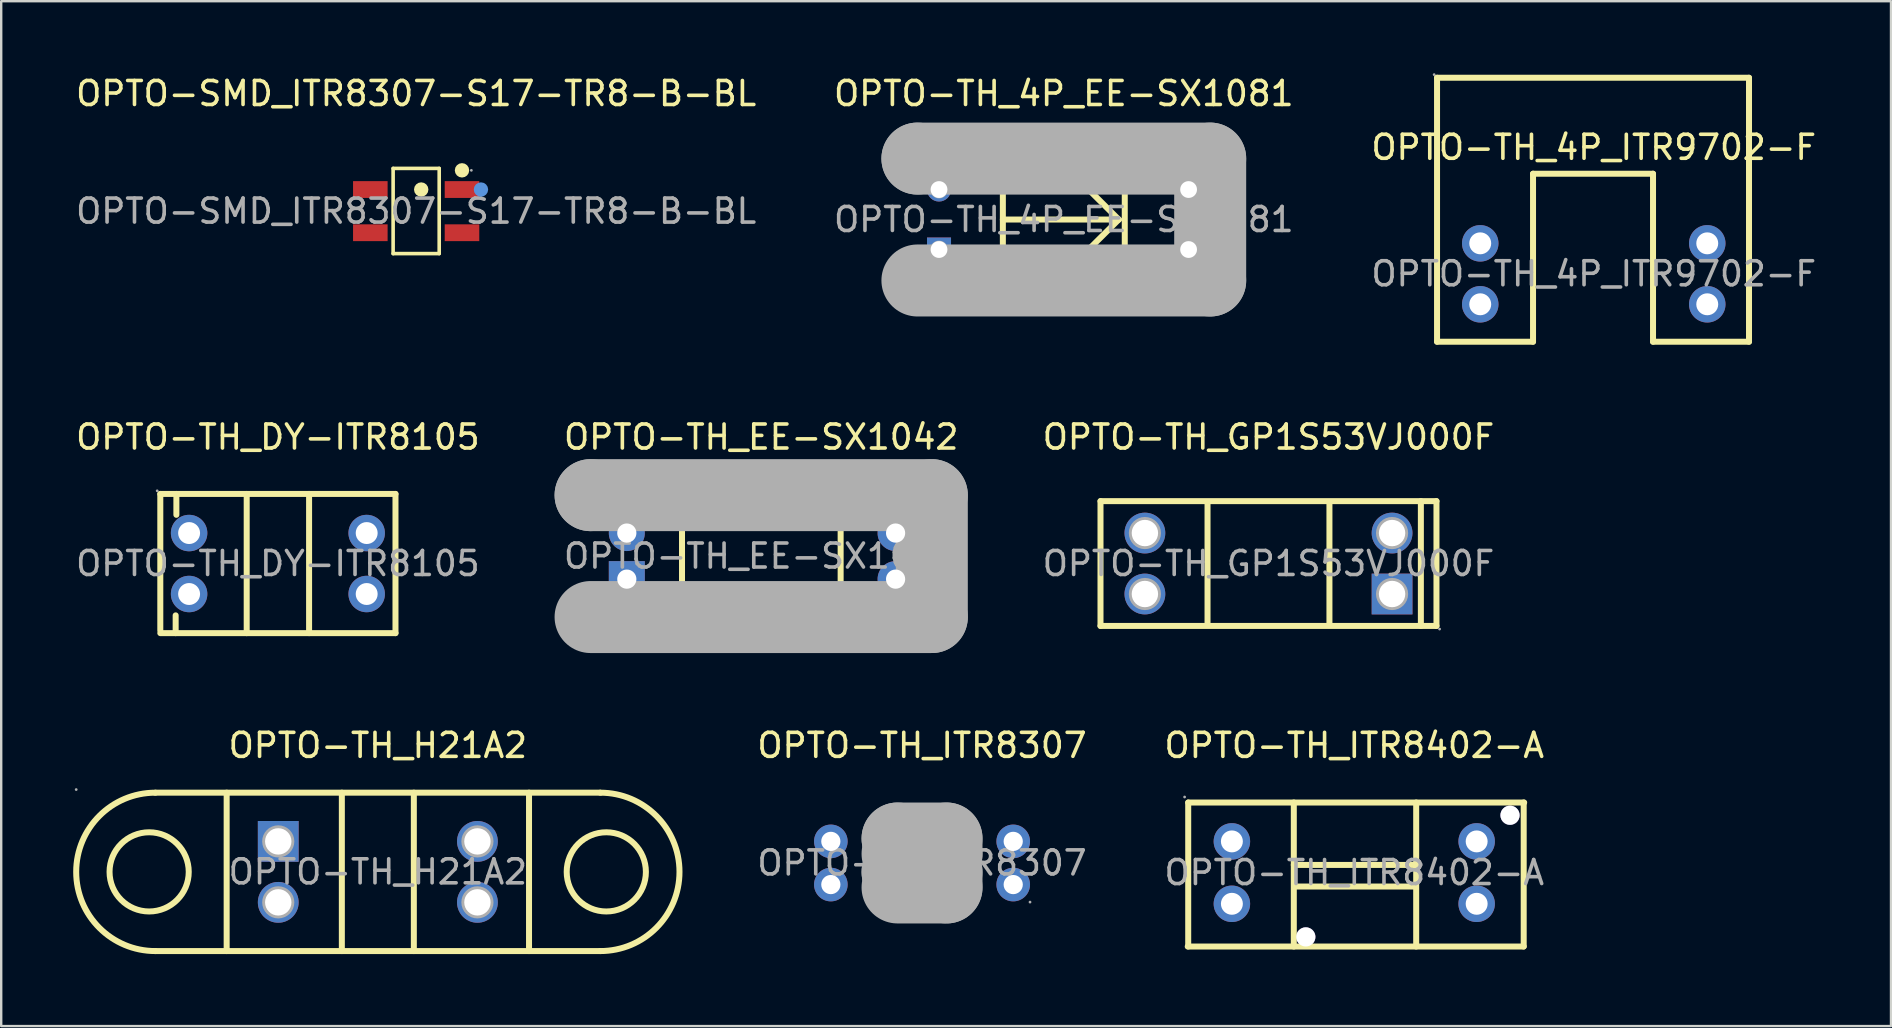
<source format=kicad_pcb>
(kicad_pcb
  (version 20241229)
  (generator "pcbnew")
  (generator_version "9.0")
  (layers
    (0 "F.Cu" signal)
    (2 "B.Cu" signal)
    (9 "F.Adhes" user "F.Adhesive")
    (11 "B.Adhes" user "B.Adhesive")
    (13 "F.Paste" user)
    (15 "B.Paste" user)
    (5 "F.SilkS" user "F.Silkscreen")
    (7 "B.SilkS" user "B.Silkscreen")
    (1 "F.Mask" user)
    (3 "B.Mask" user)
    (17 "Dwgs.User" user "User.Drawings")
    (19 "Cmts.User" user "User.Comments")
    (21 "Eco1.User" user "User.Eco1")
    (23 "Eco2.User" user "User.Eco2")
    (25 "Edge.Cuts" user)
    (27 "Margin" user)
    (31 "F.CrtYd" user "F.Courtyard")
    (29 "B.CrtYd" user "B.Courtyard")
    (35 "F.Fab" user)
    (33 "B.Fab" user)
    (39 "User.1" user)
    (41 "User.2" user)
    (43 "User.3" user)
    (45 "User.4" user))
  (footprint "OPTO-TH_ITR8402-A"
    (layer "F.Cu")
    (at 53.384 33.312)
    (property "Reference" "OPTO-TH_ITR8402-A" (at 0 -5.3 0) (layer "F.SilkS") (effects (font (size 1 1) (thickness 0.15))))
    (attr through_hole)
    (fp_line (start -6.92 -2.92) (end -6.92 3.08) (stroke (width 0.25) (type solid)) (layer "F.SilkS"))
    (fp_line (start -6.92 -2.92) (end 7.08 -2.92) (stroke (width 0.25) (type solid)) (layer "F.SilkS"))
    (fp_line (start -2.52 -2.92) (end -2.52 3.08) (stroke (width 0.25) (type solid)) (layer "F.SilkS"))
    (fp_line (start -2.52 -0.32) (end 2.58 -0.32) (stroke (width 0.25) (type solid)) (layer "F.SilkS"))
    (fp_line (start -2.42 0.58) (end 2.48 0.58) (stroke (width 0.25) (type solid)) (layer "F.SilkS"))
    (fp_line (start 2.58 -2.92) (end 2.58 3.08) (stroke (width 0.25) (type solid)) (layer "F.SilkS"))
    (fp_line (start 7.06 3.08) (end -6.94 3.08) (stroke (width 0.25) (type solid)) (layer "F.SilkS"))
    (fp_line (start 7.06 3.08) (end 7.06 -2.92) (stroke (width 0.25) (type solid)) (layer "F.SilkS"))
    (fp_circle (center -7.07 -3.15) (end -7.04 -3.15) (stroke (width 0.06) (type solid)) (fill no) (layer "F.Fab"))
    (fp_circle (center -5.1 -1.3) (end -4.92 -1.3) (stroke (width 0.36) (type solid)) (fill no) (layer "F.Fab"))
    (fp_circle (center -5.1 1.3) (end -4.92 1.3) (stroke (width 0.36) (type solid)) (fill no) (layer "F.Fab"))
    (fp_circle (center -2.02 2.68) (end -1.87 2.68) (stroke (width 0.3) (type solid)) (fill no) (layer "F.Fab"))
    (fp_circle (center 5.1 -1.3) (end 5.28 -1.3) (stroke (width 0.36) (type solid)) (fill no) (layer "F.Fab"))
    (fp_circle (center 5.1 1.3) (end 5.28 1.3) (stroke (width 0.36) (type solid)) (fill no) (layer "F.Fab"))
    (fp_circle (center 6.49 -2.39) (end 6.64 -2.39) (stroke (width 0.3) (type solid)) (fill no) (layer "F.Fab"))
    (fp_text user "${REFERENCE}" (at 0 0 0) (layer "F.Fab") (effects (font (size 1 1) (thickness 0.15))))
    (pad "" thru_hole circle (at -2.02 2.68) (size 0.8 0.8) (drill 0.8) (layers "*.Cu" "*.Mask"))
    (pad "" thru_hole circle (at 6.49 -2.39) (size 0.8 0.8) (drill 0.8) (layers "*.Cu" "*.Mask"))
    (pad "1" thru_hole circle (at -5.1 -1.3) (size 1.52 1.52) (drill 0.914) (layers "*.Cu" "*.Paste" "*.Mask"))
    (pad "2" thru_hole circle (at -5.1 1.3) (size 1.52 1.52) (drill 0.914) (layers "*.Cu" "*.Paste" "*.Mask"))
    (pad "3" thru_hole circle (at 5.1 1.3) (size 1.52 1.52) (drill 0.914) (layers "*.Cu" "*.Paste" "*.Mask"))
    (pad "4" thru_hole circle (at 5.1 -1.3) (size 1.52 1.52) (drill 0.914) (layers "*.Cu" "*.Paste" "*.Mask")))
  (footprint "OPTO-TH_GP1S53VJ000F"
    (layer "F.Cu")
    (at 49.809 20.433)
    (property "Reference" "OPTO-TH_GP1S53VJ000F" (at 0 -5.27 0) (layer "F.SilkS") (effects (font (size 1 1) (thickness 0.15))))
    (attr through_hole)
    (fp_line (start -7 -2.6) (end 7 -2.6) (stroke (width 0.25) (type solid)) (layer "F.SilkS"))
    (fp_line (start -7 2.6) (end -7 -2.6) (stroke (width 0.25) (type solid)) (layer "F.SilkS"))
    (fp_line (start -2.54 -2.54) (end -2.54 2.54) (stroke (width 0.25) (type solid)) (layer "F.SilkS"))
    (fp_line (start 2.54 -2.54) (end 2.54 2.54) (stroke (width 0.25) (type solid)) (layer "F.SilkS"))
    (fp_line (start 6.35 -2.6) (end 6.35 2.6) (stroke (width 0.25) (type solid)) (layer "F.SilkS"))
    (fp_line (start 7 -2.6) (end 7 2.6) (stroke (width 0.25) (type solid)) (layer "F.SilkS"))
    (fp_line (start 7 2.6) (end -7 2.6) (stroke (width 0.25) (type solid)) (layer "F.SilkS"))
    (fp_circle (center -5.15 -1.27) (end -4.93 -1.27) (stroke (width 0.45) (type solid)) (fill no) (layer "F.Fab"))
    (fp_circle (center -5.15 1.27) (end -4.93 1.27) (stroke (width 0.45) (type solid)) (fill no) (layer "F.Fab"))
    (fp_circle (center 5.15 -1.27) (end 5.37 -1.27) (stroke (width 0.45) (type solid)) (fill no) (layer "F.Fab"))
    (fp_circle (center 5.15 1.27) (end 5.37 1.27) (stroke (width 0.45) (type solid)) (fill no) (layer "F.Fab"))
    (fp_circle (center 7.13 2.73) (end 7.16 2.73) (stroke (width 0.06) (type solid)) (fill no) (layer "F.Fab"))
    (fp_text user "${REFERENCE}" (at 0 0 0) (layer "F.Fab") (effects (font (size 1 1) (thickness 0.15))))
    (pad "1" thru_hole rect (at 5.15 1.27) (size 1.7 1.7) (drill 1.1) (layers "*.Cu" "*.Paste" "*.Mask"))
    (pad "2" thru_hole circle (at 5.15 -1.27) (size 1.7 1.7) (drill 1.1) (layers "*.Cu" "*.Paste" "*.Mask"))
    (pad "3" thru_hole circle (at -5.15 -1.27) (size 1.7 1.7) (drill 1.1) (layers "*.Cu" "*.Paste" "*.Mask"))
    (pad "4" thru_hole circle (at -5.15 1.27) (size 1.7 1.7) (drill 1.1) (layers "*.Cu" "*.Paste" "*.Mask")))
  (footprint "OPTO-TH_DY-ITR8105"
    (layer "F.Cu")
    (at 8.53 20.433)
    (property "Reference" "OPTO-TH_DY-ITR8105" (at 0 -5.27 0) (layer "F.SilkS") (effects (font (size 1 1) (thickness 0.15))))
    (attr through_hole)
    (fp_line (start -4.9 -2.9) (end -4.9 2.79) (stroke (width 0.25) (type solid)) (layer "F.SilkS"))
    (fp_line (start -4.9 -2.9) (end 4.9 -2.9) (stroke (width 0.25) (type solid)) (layer "F.SilkS"))
    (fp_line (start -4.9 2.9) (end 4.9 2.9) (stroke (width 0.25) (type solid)) (layer "F.SilkS"))
    (fp_line (start -4.26 2.9) (end -4.26 2.16) (stroke (width 0.25) (type solid)) (layer "F.SilkS"))
    (fp_line (start -4.23 -2.9) (end -4.23 -2.03) (stroke (width 0.25) (type solid)) (layer "F.SilkS"))
    (fp_line (start -1.3 -2.9) (end -1.3 2.9) (stroke (width 0.25) (type solid)) (layer "F.SilkS"))
    (fp_line (start 1.3 -2.9) (end 1.3 2.9) (stroke (width 0.25) (type solid)) (layer "F.SilkS"))
    (fp_line (start 4.9 -2.9) (end 4.9 2.9) (stroke (width 0.25) (type solid)) (layer "F.SilkS"))
    (fp_circle (center -5.03 -3.03) (end -5 -3.03) (stroke (width 0.06) (type solid)) (fill no) (layer "F.Fab"))
    (fp_circle (center -3.7 -1.27) (end -3.52 -1.27) (stroke (width 0.36) (type solid)) (fill no) (layer "F.Fab"))
    (fp_circle (center -3.7 1.27) (end -3.52 1.27) (stroke (width 0.36) (type solid)) (fill no) (layer "F.Fab"))
    (fp_circle (center 3.7 -1.27) (end 3.88 -1.27) (stroke (width 0.36) (type solid)) (fill no) (layer "F.Fab"))
    (fp_circle (center 3.7 1.27) (end 3.88 1.27) (stroke (width 0.36) (type solid)) (fill no) (layer "F.Fab"))
    (fp_text user "${REFERENCE}" (at 0 0 0) (layer "F.Fab") (effects (font (size 1 1) (thickness 0.15))))
    (pad "1" thru_hole circle (at -3.7 -1.27) (size 1.52 1.52) (drill 0.914) (layers "*.Cu" "*.Paste" "*.Mask"))
    (pad "2" thru_hole circle (at -3.7 1.27) (size 1.52 1.52) (drill 0.914) (layers "*.Cu" "*.Paste" "*.Mask"))
    (pad "3" thru_hole circle (at 3.7 1.27) (size 1.52 1.52) (drill 0.914) (layers "*.Cu" "*.Paste" "*.Mask"))
    (pad "4" thru_hole circle (at 3.7 -1.27) (size 1.52 1.52) (drill 0.914) (layers "*.Cu" "*.Paste" "*.Mask")))
  (footprint "OPTO-SMD_ITR8307-S17-TR8-B-BL"
    (layer "F.Cu")
    (at 14.292 5.748)
    (property "Reference" "OPTO-SMD_ITR8307-S17-TR8-B-BL" (at 0 -4.9 0) (layer "F.SilkS") (effects (font (size 1 1) (thickness 0.15))))
    (attr through_hole)
    (fp_line (start -0.96 -1.78) (end -0.96 1.77) (stroke (width 0.15) (type solid)) (layer "F.SilkS"))
    (fp_line (start -0.96 1.77) (end 0.96 1.77) (stroke (width 0.15) (type solid)) (layer "F.SilkS"))
    (fp_line (start 0.96 -1.78) (end -0.96 -1.78) (stroke (width 0.15) (type solid)) (layer "F.SilkS"))
    (fp_line (start 0.96 1.77) (end 0.96 -1.78) (stroke (width 0.15) (type solid)) (layer "F.SilkS"))
    (fp_circle (center 0.21 -0.9) (end 0.36 -0.9) (stroke (width 0.3) (type solid)) (fill no) (layer "F.SilkS"))
    (fp_circle (center 1.91 -1.7) (end 2.06 -1.7) (stroke (width 0.3) (type solid)) (fill no) (layer "F.SilkS"))
    (fp_circle (center 2.7 -0.9) (end 2.85 -0.9) (stroke (width 0.3) (type solid)) (fill no) (layer "Cmts.User"))
    (fp_circle (center 2.3 -1.7) (end 2.33 -1.7) (stroke (width 0.06) (type solid)) (fill no) (layer "F.Fab"))
    (fp_text user "${REFERENCE}" (at 0 0 0) (layer "F.Fab") (effects (font (size 1 1) (thickness 0.15))))
    (pad "1" smd rect (at -1.91 -0.9 270) (size 0.7 1.44) (layers "F.Cu" "F.Mask" "F.Paste"))
    (pad "2" smd rect (at 1.91 -0.9 270) (size 0.7 1.44) (layers "F.Cu" "F.Mask" "F.Paste"))
    (pad "3" smd rect (at -1.91 0.9 270) (size 0.7 1.44) (layers "F.Cu" "F.Mask" "F.Paste"))
    (pad "4" smd rect (at 1.91 0.9 270) (size 0.7 1.44) (layers "F.Cu" "F.Mask" "F.Paste")))
  (footprint "OPTO-TH_H21A2"
    (layer "F.Cu")
    (at 12.695 33.282)
    (property "Reference" "OPTO-TH_H21A2" (at 0 -5.27 0) (layer "F.SilkS") (effects (font (size 1 1) (thickness 0.15))))
    (attr through_hole)
    (fp_line (start -9.27 -3.3) (end 9.27 -3.3) (stroke (width 0.25) (type solid)) (layer "F.SilkS"))
    (fp_line (start -6.3 3.3) (end -6.3 -3.3) (stroke (width 0.25) (type solid)) (layer "F.SilkS"))
    (fp_line (start -1.5 3.3) (end -1.5 -3.3) (stroke (width 0.25) (type solid)) (layer "F.SilkS"))
    (fp_line (start 1.5 3.3) (end 1.5 -3.3) (stroke (width 0.25) (type solid)) (layer "F.SilkS"))
    (fp_line (start 6.3 -3.3) (end 6.3 3.3) (stroke (width 0.25) (type solid)) (layer "F.SilkS"))
    (fp_line (start 9.27 3.3) (end -9.27 3.3) (stroke (width 0.25) (type solid)) (layer "F.SilkS"))
    (fp_arc (start -9.27 3.3) (mid -12.57 0) (end -9.27 -3.3) (stroke (width 0.25) (type solid)) (layer "F.SilkS"))
    (fp_arc (start 9.27 -3.3) (mid 12.57 0) (end 9.27 3.3) (stroke (width 0.25) (type solid)) (layer "F.SilkS"))
    (fp_circle (center -9.53 0) (end -7.88 0) (stroke (width 0.25) (type solid)) (fill no) (layer "F.SilkS"))
    (fp_circle (center 9.52 0) (end 11.17 0) (stroke (width 0.25) (type solid)) (fill no) (layer "F.SilkS"))
    (fp_circle (center -12.57 -3.43) (end -12.54 -3.43) (stroke (width 0.06) (type solid)) (fill no) (layer "F.Fab"))
    (fp_circle (center -4.15 -1.27) (end -3.93 -1.27) (stroke (width 0.45) (type solid)) (fill no) (layer "F.Fab"))
    (fp_circle (center -4.15 1.27) (end -3.93 1.27) (stroke (width 0.45) (type solid)) (fill no) (layer "F.Fab"))
    (fp_circle (center 4.15 -1.27) (end 4.37 -1.27) (stroke (width 0.45) (type solid)) (fill no) (layer "F.Fab"))
    (fp_circle (center 4.15 1.27) (end 4.37 1.27) (stroke (width 0.45) (type solid)) (fill no) (layer "F.Fab"))
    (fp_text user "${REFERENCE}" (at 0 0 0) (layer "F.Fab") (effects (font (size 1 1) (thickness 0.15))))
    (pad "1" thru_hole rect (at -4.15 -1.27) (size 1.7 1.7) (drill 1.1) (layers "*.Cu" "*.Paste" "*.Mask"))
    (pad "2" thru_hole circle (at -4.15 1.27) (size 1.7 1.7) (drill 1.1) (layers "*.Cu" "*.Paste" "*.Mask"))
    (pad "3" thru_hole circle (at 4.15 1.27) (size 1.7 1.7) (drill 1.1) (layers "*.Cu" "*.Paste" "*.Mask"))
    (pad "4" thru_hole circle (at 4.15 -1.27) (size 1.7 1.7) (drill 1.1) (layers "*.Cu" "*.Paste" "*.Mask")))
  (footprint "OPTO-TH_4P_ITR9702-F"
    (layer "F.Cu")
    (at 63.363 8.36)
    (property "Reference" "OPTO-TH_4P_ITR9702-F" (at 0 -5.27 0) (layer "F.SilkS") (effects (font (size 1 1) (thickness 0.15))))
    (attr through_hole)
    (fp_line (start -6.53 -8.17) (end 6.47 -8.17) (stroke (width 0.25) (type solid)) (layer "F.SilkS"))
    (fp_line (start -6.53 2.83) (end -6.53 -8.17) (stroke (width 0.25) (type solid)) (layer "F.SilkS"))
    (fp_line (start -2.53 -4.17) (end -2.53 2.83) (stroke (width 0.25) (type solid)) (layer "F.SilkS"))
    (fp_line (start -2.53 2.83) (end -6.53 2.83) (stroke (width 0.25) (type solid)) (layer "F.SilkS"))
    (fp_line (start 2.47 -4.17) (end -2.53 -4.17) (stroke (width 0.25) (type solid)) (layer "F.SilkS"))
    (fp_line (start 2.47 2.83) (end 2.47 -4.17) (stroke (width 0.25) (type solid)) (layer "F.SilkS"))
    (fp_line (start 6.47 -8.17) (end 6.47 2.83) (stroke (width 0.25) (type solid)) (layer "F.SilkS"))
    (fp_line (start 6.47 2.83) (end 2.47 2.83) (stroke (width 0.25) (type solid)) (layer "F.SilkS"))
    (fp_circle (center -6.65 -8.3) (end -6.62 -8.3) (stroke (width 0.06) (type solid)) (fill no) (layer "F.Fab"))
    (fp_circle (center -4.73 -1.27) (end -4.55 -1.27) (stroke (width 0.36) (type solid)) (fill no) (layer "F.Fab"))
    (fp_circle (center -4.73 1.27) (end -4.55 1.27) (stroke (width 0.36) (type solid)) (fill no) (layer "F.Fab"))
    (fp_circle (center 4.73 -1.27) (end 4.91 -1.27) (stroke (width 0.36) (type solid)) (fill no) (layer "F.Fab"))
    (fp_circle (center 4.73 1.27) (end 4.91 1.27) (stroke (width 0.36) (type solid)) (fill no) (layer "F.Fab"))
    (fp_text user "${REFERENCE}" (at 0 0 0) (layer "F.Fab") (effects (font (size 1 1) (thickness 0.15))))
    (pad "1" thru_hole circle (at -4.73 -1.27) (size 1.52 1.52) (drill 0.914) (layers "*.Cu" "*.Paste" "*.Mask"))
    (pad "2" thru_hole circle (at -4.73 1.27) (size 1.52 1.52) (drill 0.914) (layers "*.Cu" "*.Paste" "*.Mask"))
    (pad "3" thru_hole circle (at 4.73 1.27) (size 1.52 1.52) (drill 0.914) (layers "*.Cu" "*.Paste" "*.Mask"))
    (pad "4" thru_hole circle (at 4.73 -1.27) (size 1.52 1.52) (drill 0.914) (layers "*.Cu" "*.Paste" "*.Mask")))
  (footprint "OPTO-TH_4P_EE-SX1081"
    (layer "F.Cu")
    (at 41.28 6.098)
    (property "Reference" "OPTO-TH_4P_EE-SX1081" (at 0 -5.25 0) (layer "F.SilkS") (effects (font (size 1 1) (thickness 0.15))))
    (attr through_hole)
    (fp_line (start -2.54 -2.54) (end -2.54 2.54) (stroke (width 0.25) (type solid)) (layer "F.SilkS"))
    (fp_line (start -2.54 0) (end 2.29 0) (stroke (width 0.25) (type solid)) (layer "F.SilkS"))
    (fp_line (start 2.29 0) (end 0.76 -1.52) (stroke (width 0.25) (type solid)) (layer "F.SilkS"))
    (fp_line (start 2.29 0) (end 0.76 1.52) (stroke (width 0.25) (type solid)) (layer "F.SilkS"))
    (fp_line (start 2.54 -2.54) (end 2.54 2.54) (stroke (width 0.25) (type solid)) (layer "F.SilkS"))
    (fp_line (start -6.1 -2.54) (end -6.1 -2.54) (stroke (width 3) (type solid)) (layer "F.Fab"))
    (fp_line (start -6.1 -2.54) (end 6.1 -2.54) (stroke (width 3) (type solid)) (layer "F.Fab"))
    (fp_line (start 6.1 -2.54) (end 6.1 2.54) (stroke (width 3) (type solid)) (layer "F.Fab"))
    (fp_line (start 6.1 2.54) (end -6.1 2.54) (stroke (width 3) (type solid)) (layer "F.Fab"))
    (fp_circle (center -6.22 -2.67) (end -6.19 -2.67) (stroke (width 0.06) (type solid)) (fill no) (layer "F.Fab"))
    (fp_circle (center -5.2 -1.25) (end -5.08 -1.25) (stroke (width 0.25) (type solid)) (fill no) (layer "F.Fab"))
    (fp_circle (center -5.2 1.25) (end -5.08 1.25) (stroke (width 0.25) (type solid)) (fill no) (layer "F.Fab"))
    (fp_circle (center 5.2 -1.25) (end 5.32 -1.25) (stroke (width 0.25) (type solid)) (fill no) (layer "F.Fab"))
    (fp_circle (center 5.2 1.25) (end 5.32 1.25) (stroke (width 0.25) (type solid)) (fill no) (layer "F.Fab"))
    (fp_text user "${REFERENCE}" (at 0 0 0) (layer "F.Fab") (effects (font (size 1 1) (thickness 0.15))))
    (pad "A" thru_hole circle (at -5.2 -1.25) (size 1 1) (drill 0.7) (layers "*.Cu" "*.Paste" "*.Mask"))
    (pad "C" thru_hole circle (at 5.2 1.25) (size 1 1) (drill 0.7) (layers "*.Cu" "*.Paste" "*.Mask"))
    (pad "E" thru_hole circle (at 5.2 -1.25) (size 1 1) (drill 0.7) (layers "*.Cu" "*.Paste" "*.Mask"))
    (pad "K" thru_hole rect (at -5.2 1.25) (size 1 1) (drill 0.7) (layers "*.Cu" "*.Paste" "*.Mask")))
  (footprint "OPTO-TH_EE-SX1042"
    (layer "F.Cu")
    (at 28.67 20.123)
    (property "Reference" "OPTO-TH_EE-SX1042" (at 0 -4.96 0) (layer "F.SilkS") (effects (font (size 1 1) (thickness 0.15))))
    (attr through_hole)
    (fp_line (start -3.3 -2.54) (end -3.3 2.54) (stroke (width 0.25) (type solid)) (layer "F.SilkS"))
    (fp_line (start 3.31 -2.54) (end 3.31 2.54) (stroke (width 0.25) (type solid)) (layer "F.SilkS"))
    (fp_line (start -7.11 -2.54) (end -7.11 -2.54) (stroke (width 3) (type solid)) (layer "F.Fab"))
    (fp_line (start -7.11 -2.54) (end 7.11 -2.54) (stroke (width 3) (type solid)) (layer "F.Fab"))
    (fp_line (start 7.11 -2.54) (end 7.11 2.54) (stroke (width 3) (type solid)) (layer "F.Fab"))
    (fp_line (start 7.11 2.54) (end -7.11 2.54) (stroke (width 3) (type solid)) (layer "F.Fab"))
    (fp_circle (center -7.24 -2.67) (end -7.21 -2.67) (stroke (width 0.06) (type solid)) (fill no) (layer "F.Fab"))
    (fp_circle (center -5.6 -0.96) (end -5.45 -0.96) (stroke (width 0.3) (type solid)) (fill no) (layer "F.Fab"))
    (fp_circle (center -5.6 0.96) (end -5.45 0.96) (stroke (width 0.3) (type solid)) (fill no) (layer "F.Fab"))
    (fp_circle (center 5.6 -0.96) (end 5.75 -0.96) (stroke (width 0.3) (type solid)) (fill no) (layer "F.Fab"))
    (fp_circle (center 5.6 0.96) (end 5.75 0.96) (stroke (width 0.3) (type solid)) (fill no) (layer "F.Fab"))
    (fp_text user "${REFERENCE}" (at 0 0 0) (layer "F.Fab") (effects (font (size 1 1) (thickness 0.15))))
    (pad "A" thru_hole circle (at -5.6 -0.96) (size 1.5 1.5) (drill 0.8) (layers "*.Cu" "*.Paste" "*.Mask"))
    (pad "C" thru_hole circle (at 5.6 0.96) (size 1.5 1.5) (drill 0.8) (layers "*.Cu" "*.Paste" "*.Mask"))
    (pad "E" thru_hole circle (at 5.6 -0.96) (size 1.5 1.5) (drill 0.8) (layers "*.Cu" "*.Paste" "*.Mask"))
    (pad "K" thru_hole rect (at -5.6 0.96) (size 1.5 1.5) (drill 0.8) (layers "*.Cu" "*.Paste" "*.Mask")))
  (footprint "OPTO-TH_ITR8307"
    (layer "F.Cu")
    (at 35.372 32.911)
    (property "Reference" "OPTO-TH_ITR8307" (at 0 -4.9 0) (layer "F.SilkS") (effects (font (size 1 1) (thickness 0.15))))
    (attr through_hole)
    (fp_line (start -1.8 -1.5) (end 1.8 -1.5) (stroke (width 0.25) (type solid)) (layer "F.SilkS"))
    (fp_line (start -1.8 0.75) (end -1.8 0.82) (stroke (width 0.25) (type solid)) (layer "F.SilkS"))
    (fp_line (start -1.8 0.82) (end -1.12 1.5) (stroke (width 0.25) (type solid)) (layer "F.SilkS"))
    (fp_line (start -1.8 1.5) (end -1.8 -1.5) (stroke (width 0.25) (type solid)) (layer "F.SilkS"))
    (fp_line (start -1.8 1.5) (end 1.78 1.5) (stroke (width 0.25) (type solid)) (layer "F.SilkS"))
    (fp_line (start 1.8 -1.5) (end 1.8 1.5) (stroke (width 0.25) (type solid)) (layer "F.SilkS"))
    (fp_line (start -1.02 -1.02) (end -1.02 -1.02) (stroke (width 3) (type solid)) (layer "F.Fab"))
    (fp_line (start -1.02 -1.02) (end 1.02 -1.02) (stroke (width 3) (type solid)) (layer "F.Fab"))
    (fp_line (start -1.02 0.38) (end -1.02 0.38) (stroke (width 3) (type solid)) (layer "F.Fab"))
    (fp_line (start -1.02 0.38) (end 1.02 0.38) (stroke (width 3) (type solid)) (layer "F.Fab"))
    (fp_line (start 1.02 -1.02) (end 1.02 -0.38) (stroke (width 3) (type solid)) (layer "F.Fab"))
    (fp_line (start 1.02 -0.38) (end -1.02 -0.38) (stroke (width 3) (type solid)) (layer "F.Fab"))
    (fp_line (start 1.02 0.38) (end 1.02 1.02) (stroke (width 3) (type solid)) (layer "F.Fab"))
    (fp_line (start 1.02 1.02) (end -1.02 1.02) (stroke (width 3) (type solid)) (layer "F.Fab"))
    (fp_circle (center -3.8 -0.9) (end -3.65 -0.9) (stroke (width 0.3) (type solid)) (fill no) (layer "F.Fab"))
    (fp_circle (center -3.8 0.9) (end -3.65 0.9) (stroke (width 0.3) (type solid)) (fill no) (layer "F.Fab"))
    (fp_circle (center 3.8 -0.9) (end 3.95 -0.9) (stroke (width 0.3) (type solid)) (fill no) (layer "F.Fab"))
    (fp_circle (center 3.8 0.9) (end 3.95 0.9) (stroke (width 0.3) (type solid)) (fill no) (layer "F.Fab"))
    (fp_circle (center 4.5 1.63) (end 4.53 1.63) (stroke (width 0.06) (type solid)) (fill no) (layer "F.Fab"))
    (fp_text user "${REFERENCE}" (at 0 0 0) (layer "F.Fab") (effects (font (size 1 1) (thickness 0.15))))
    (pad "1" thru_hole circle (at 3.8 0.9) (size 1.4 1.4) (drill 0.8) (layers "*.Cu" "*.Paste" "*.Mask"))
    (pad "2" thru_hole circle (at -3.8 0.9) (size 1.4 1.4) (drill 0.8) (layers "*.Cu" "*.Paste" "*.Mask"))
    (pad "3" thru_hole circle (at 3.8 -0.9) (size 1.4 1.4) (drill 0.8) (layers "*.Cu" "*.Paste" "*.Mask"))
    (pad "4" thru_hole circle (at -3.8 -0.9) (size 1.4 1.4) (drill 0.8) (layers "*.Cu" "*.Paste" "*.Mask")))
  (gr_rect
    (start -3 -3)
    (end 75.75 39.706)
    (stroke (width 0.1) (type default))
    (fill no)
    (layer "Edge.Cuts")))
</source>
